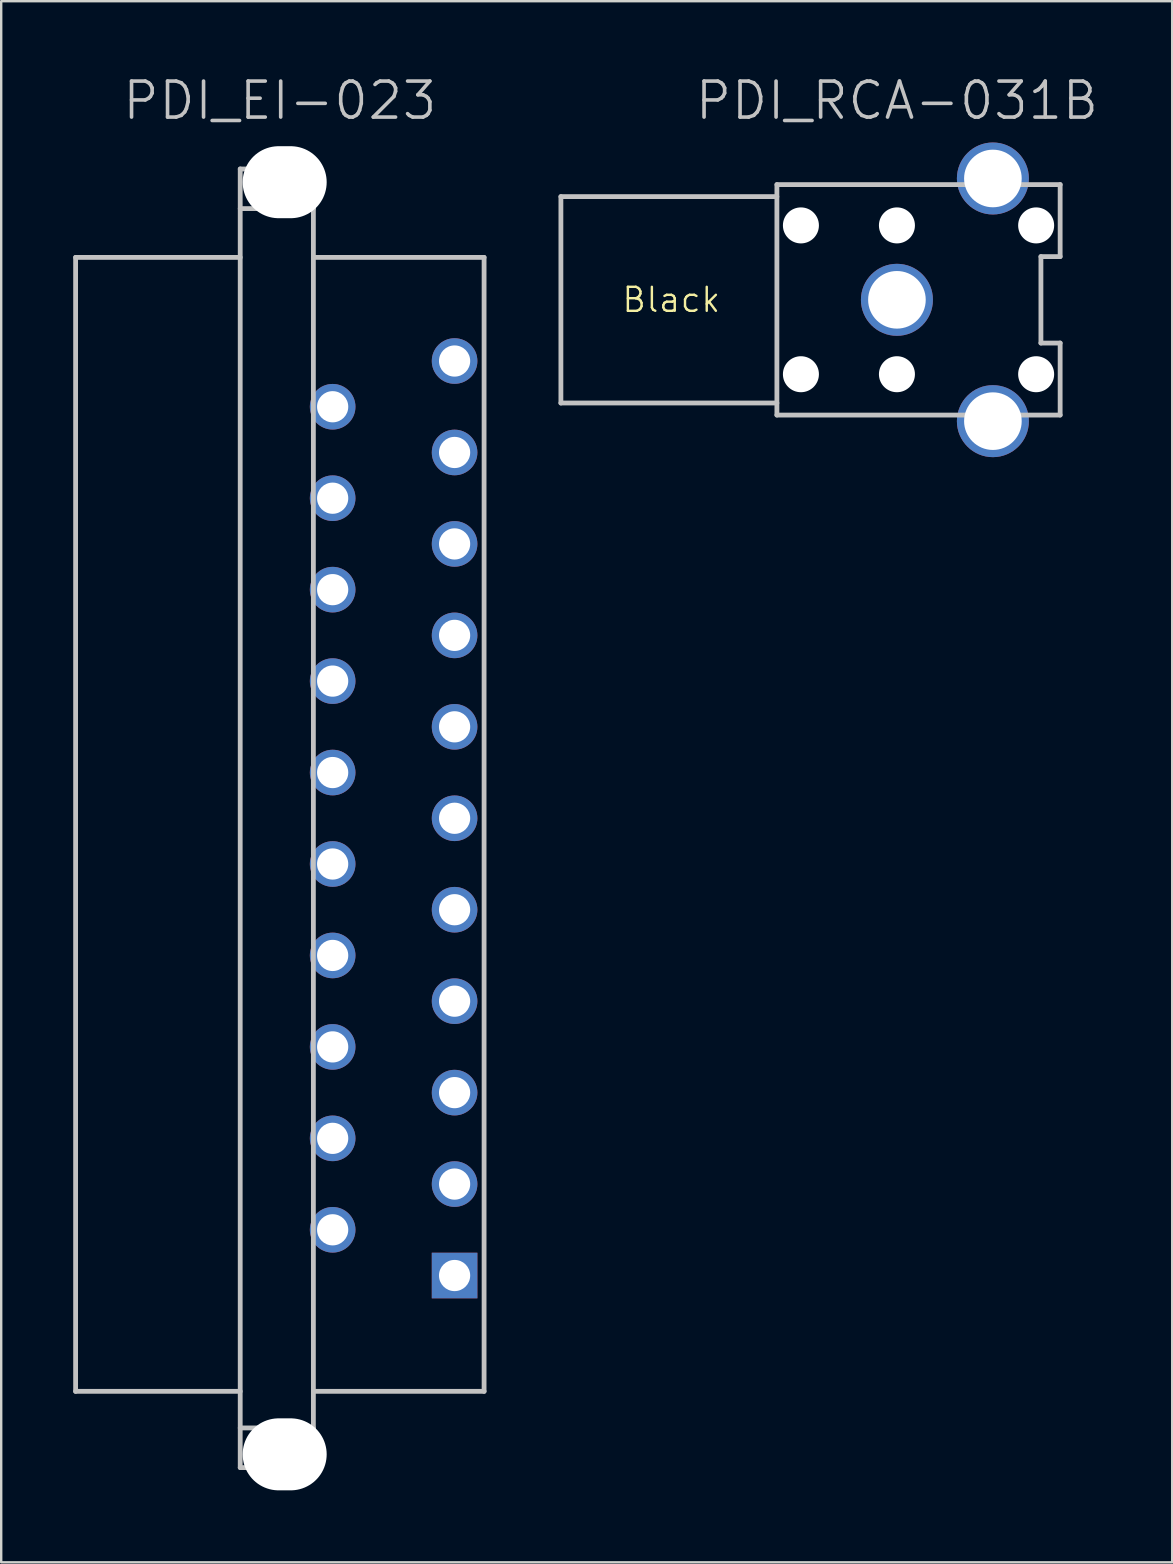
<source format=kicad_pcb>
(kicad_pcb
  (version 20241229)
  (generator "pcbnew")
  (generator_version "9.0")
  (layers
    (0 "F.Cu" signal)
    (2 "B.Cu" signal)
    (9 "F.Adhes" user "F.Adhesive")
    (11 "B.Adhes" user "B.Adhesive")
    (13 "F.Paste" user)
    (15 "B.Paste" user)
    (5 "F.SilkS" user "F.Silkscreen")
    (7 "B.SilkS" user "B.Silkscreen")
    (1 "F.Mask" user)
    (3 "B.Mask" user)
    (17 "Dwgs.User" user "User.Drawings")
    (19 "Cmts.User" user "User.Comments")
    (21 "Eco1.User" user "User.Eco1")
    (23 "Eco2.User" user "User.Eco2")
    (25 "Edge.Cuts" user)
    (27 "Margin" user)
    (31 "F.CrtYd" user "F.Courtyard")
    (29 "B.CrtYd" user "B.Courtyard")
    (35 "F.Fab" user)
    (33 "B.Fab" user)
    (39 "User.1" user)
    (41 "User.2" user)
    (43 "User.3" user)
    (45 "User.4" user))
  (footprint "PDI_RCA-031B"
    (layer "F.Cu")
    (at 34.318 9.441)
    (property "Reference" "PDI_RCA-031B" (at 0 -8.3 180) (layer "Dwgs.User") (effects (font (size 1.5 1.5) (thickness 0.15))))
    (attr through_hole)
    (fp_line (start -14 -4.3) (end -14 4.3) (stroke (width 0.2) (type solid)) (layer "Dwgs.User"))
    (fp_line (start -14 4.3) (end -5.001 4.3) (stroke (width 0.2) (type solid)) (layer "Dwgs.User"))
    (fp_line (start -5.001 -4.3) (end -14 -4.3) (stroke (width 0.2) (type solid)) (layer "Dwgs.User"))
    (fp_line (start -5.001 4.801) (end -5.001 -4.801) (stroke (width 0.2) (type solid)) (layer "Dwgs.User"))
    (fp_line (start -4.999 -4.801) (end 6.802 -4.801) (stroke (width 0.2) (type solid)) (layer "Dwgs.User"))
    (fp_line (start 3.099 -5.4) (end 4.9 -5.4) (stroke (width 0.2) (type solid)) (layer "Dwgs.User"))
    (fp_line (start 3.099 -4.801) (end 3.099 -5.4) (stroke (width 0.2) (type solid)) (layer "Dwgs.User"))
    (fp_line (start 3.099 5.4) (end 3.099 4.801) (stroke (width 0.2) (type solid)) (layer "Dwgs.User"))
    (fp_line (start 4.9 -5.4) (end 4.9 -4.801) (stroke (width 0.2) (type solid)) (layer "Dwgs.User"))
    (fp_line (start 4.9 4.801) (end 4.9 5.4) (stroke (width 0.2) (type solid)) (layer "Dwgs.User"))
    (fp_line (start 4.9 5.4) (end 3.099 5.4) (stroke (width 0.2) (type solid)) (layer "Dwgs.User"))
    (fp_line (start 5.999 -1.801) (end 5.999 1.801) (stroke (width 0.2) (type solid)) (layer "Dwgs.User"))
    (fp_line (start 5.999 1.801) (end 6.8 1.801) (stroke (width 0.2) (type solid)) (layer "Dwgs.User"))
    (fp_line (start 6.8 -4.801) (end 6.8 -1.801) (stroke (width 0.2) (type solid)) (layer "Dwgs.User"))
    (fp_line (start 6.8 -1.801) (end 5.999 -1.801) (stroke (width 0.2) (type solid)) (layer "Dwgs.User"))
    (fp_line (start 6.8 1.801) (end 6.8 4.801) (stroke (width 0.2) (type solid)) (layer "Dwgs.User"))
    (fp_line (start 6.8 4.801) (end -5.001 4.801) (stroke (width 0.2) (type solid)) (layer "Dwgs.User"))
    (fp_circle (center -4 -3.1) (end -3.949 -3.6) (stroke (width 0.2) (type solid)) (fill no) (layer "Dwgs.User"))
    (fp_circle (center -4 3.1) (end -3.949 2.6) (stroke (width 0.2) (type solid)) (fill no) (layer "Dwgs.User"))
    (fp_circle (center 0 -3.1) (end 0 -3.6) (stroke (width 0.2) (type solid)) (fill no) (layer "Dwgs.User"))
    (fp_circle (center 0 3.1) (end 0.051 2.6) (stroke (width 0.2) (type solid)) (fill no) (layer "Dwgs.User"))
    (fp_circle (center 5.8 -3.1) (end 5.851 -3.6) (stroke (width 0.2) (type solid)) (fill no) (layer "Dwgs.User"))
    (fp_circle (center 5.8 3.1) (end 5.851 2.6) (stroke (width 0.2) (type solid)) (fill no) (layer "Dwgs.User"))
    (fp_text user "Black" (at -9.4 0 0) (layer "F.SilkS") (effects (font (size 1 1) (thickness 0.1))))
    (pad "" np_thru_hole circle (at -4 -3.1 270) (size 1.5 1.5) (drill 1.5) (layers "*.Cu" "*.Mask"))
    (pad "" np_thru_hole circle (at -4 3.1 270) (size 1.5 1.5) (drill 1.5) (layers "*.Cu" "*.Mask"))
    (pad "" np_thru_hole circle (at 0 -3.1 270) (size 1.5 1.5) (drill 1.5) (layers "*.Cu" "*.Mask"))
    (pad "" np_thru_hole circle (at 0 3.1 270) (size 1.5 1.5) (drill 1.5) (layers "*.Cu" "*.Mask"))
    (pad "" np_thru_hole circle (at 5.8 -3.1 270) (size 1.5 1.5) (drill 1.5) (layers "*.Cu" "*.Mask"))
    (pad "" np_thru_hole circle (at 5.8 3.1 270) (size 1.5 1.5) (drill 1.5) (layers "*.Cu" "*.Mask"))
    (pad "1" thru_hole circle (at 0 0 270) (size 3 3) (drill 2.4) (layers "*.Cu" "*.Mask"))
    (pad "2" thru_hole circle (at 3.998 -5.055 270) (size 3 3) (drill 2.4) (layers "*.Cu" "*.Mask"))
    (pad "2" thru_hole circle (at 3.998 5.055 270) (size 3 3) (drill 2.4) (layers "*.Cu" "*.Mask")))
  (footprint "PDI_EI-023"
    (layer "F.Cu")
    (at 8.609 31.041)
    (property "Reference" "PDI_EI-023" (at 0 -29.9 180) (layer "Dwgs.User") (effects (font (size 1.5 1.5) (thickness 0.15))))
    (attr through_hole)
    (fp_line (start -8.509 -23.368) (end -8.509 23.876) (stroke (width 0.2) (type solid)) (layer "Dwgs.User"))
    (fp_line (start -8.509 -23.368) (end -1.651 -23.368) (stroke (width 0.2) (type solid)) (layer "Dwgs.User"))
    (fp_line (start -8.509 23.876) (end -1.651 23.876) (stroke (width 0.2) (type solid)) (layer "Dwgs.User"))
    (fp_line (start -1.651 27.051) (end -1.651 -27.051) (stroke (width 0.2) (type solid)) (layer "Dwgs.User"))
    (fp_line (start 1.397 -27.051) (end -1.651 -27.051) (stroke (width 0.2) (type solid)) (layer "Dwgs.User"))
    (fp_line (start 1.397 -27.051) (end 1.397 27.051) (stroke (width 0.2) (type solid)) (layer "Dwgs.User"))
    (fp_line (start 1.397 -25.4) (end -1.651 -25.4) (stroke (width 0.2) (type solid)) (layer "Dwgs.User"))
    (fp_line (start 1.397 -23.368) (end 8.509 -23.368) (stroke (width 0.2) (type solid)) (layer "Dwgs.User"))
    (fp_line (start 1.397 25.4) (end -1.651 25.4) (stroke (width 0.2) (type solid)) (layer "Dwgs.User"))
    (fp_line (start 1.397 27.051) (end -1.651 27.051) (stroke (width 0.2) (type solid)) (layer "Dwgs.User"))
    (fp_line (start 8.509 -23.368) (end 8.509 23.876) (stroke (width 0.2) (type solid)) (layer "Dwgs.User"))
    (fp_line (start 8.509 23.876) (end 1.397 23.876) (stroke (width 0.2) (type solid)) (layer "Dwgs.User"))
    (pad "" np_thru_hole oval (at 0.201 -26.5 270) (size 3 3.5) (drill oval 3 3.5) (layers "*.Cu" "*.Mask"))
    (pad "" np_thru_hole oval (at 0.201 26.5 270) (size 3 3.5) (drill oval 3 3.5) (layers "*.Cu" "*.Mask"))
    (pad "1" thru_hole rect (at 7.28 19.05) (size 1.9 1.9) (drill 1.3) (layers "*.Cu" "*.Mask"))
    (pad "2" thru_hole circle (at 2.2 17.145 270) (size 1.9 1.9) (drill 1.3) (layers "*.Cu" "*.Mask"))
    (pad "3" thru_hole circle (at 7.28 15.24 270) (size 1.9 1.9) (drill 1.3) (layers "*.Cu" "*.Mask"))
    (pad "4" thru_hole circle (at 2.2 13.335 270) (size 1.9 1.9) (drill 1.3) (layers "*.Cu" "*.Mask"))
    (pad "5" thru_hole circle (at 7.28 11.43 270) (size 1.9 1.9) (drill 1.3) (layers "*.Cu" "*.Mask"))
    (pad "6" thru_hole circle (at 2.2 9.525 270) (size 1.9 1.9) (drill 1.3) (layers "*.Cu" "*.Mask"))
    (pad "7" thru_hole circle (at 7.28 7.62 270) (size 1.9 1.9) (drill 1.3) (layers "*.Cu" "*.Mask"))
    (pad "8" thru_hole circle (at 2.2 5.715 270) (size 1.9 1.9) (drill 1.3) (layers "*.Cu" "*.Mask"))
    (pad "9" thru_hole circle (at 7.28 3.81 270) (size 1.9 1.9) (drill 1.3) (layers "*.Cu" "*.Mask"))
    (pad "10" thru_hole circle (at 2.2 1.905 270) (size 1.9 1.9) (drill 1.3) (layers "*.Cu" "*.Mask"))
    (pad "11" thru_hole circle (at 7.28 0 270) (size 1.9 1.9) (drill 1.3) (layers "*.Cu" "*.Mask"))
    (pad "12" thru_hole circle (at 2.2 -1.905 270) (size 1.9 1.9) (drill 1.3) (layers "*.Cu" "*.Mask"))
    (pad "13" thru_hole circle (at 7.28 -3.81 270) (size 1.9 1.9) (drill 1.3) (layers "*.Cu" "*.Mask"))
    (pad "14" thru_hole circle (at 2.2 -5.715 270) (size 1.9 1.9) (drill 1.3) (layers "*.Cu" "*.Mask"))
    (pad "15" thru_hole circle (at 7.28 -7.62 270) (size 1.9 1.9) (drill 1.3) (layers "*.Cu" "*.Mask"))
    (pad "16" thru_hole circle (at 2.2 -9.525 270) (size 1.9 1.9) (drill 1.3) (layers "*.Cu" "*.Mask"))
    (pad "17" thru_hole circle (at 7.28 -11.43 270) (size 1.9 1.9) (drill 1.3) (layers "*.Cu" "*.Mask"))
    (pad "18" thru_hole circle (at 2.2 -13.335 270) (size 1.9 1.9) (drill 1.3) (layers "*.Cu" "*.Mask"))
    (pad "19" thru_hole circle (at 7.28 -15.24 270) (size 1.9 1.9) (drill 1.3) (layers "*.Cu" "*.Mask"))
    (pad "20" thru_hole circle (at 2.2 -17.145 270) (size 1.9 1.9) (drill 1.3) (layers "*.Cu" "*.Mask"))
    (pad "21" thru_hole circle (at 7.28 -19.05 270) (size 1.9 1.9) (drill 1.3) (layers "*.Cu" "*.Mask")))
  (gr_rect
    (start -3 -3)
    (end 45.786 62.041)
    (stroke (width 0.1) (type default))
    (fill no)
    (layer "Edge.Cuts")))
</source>
